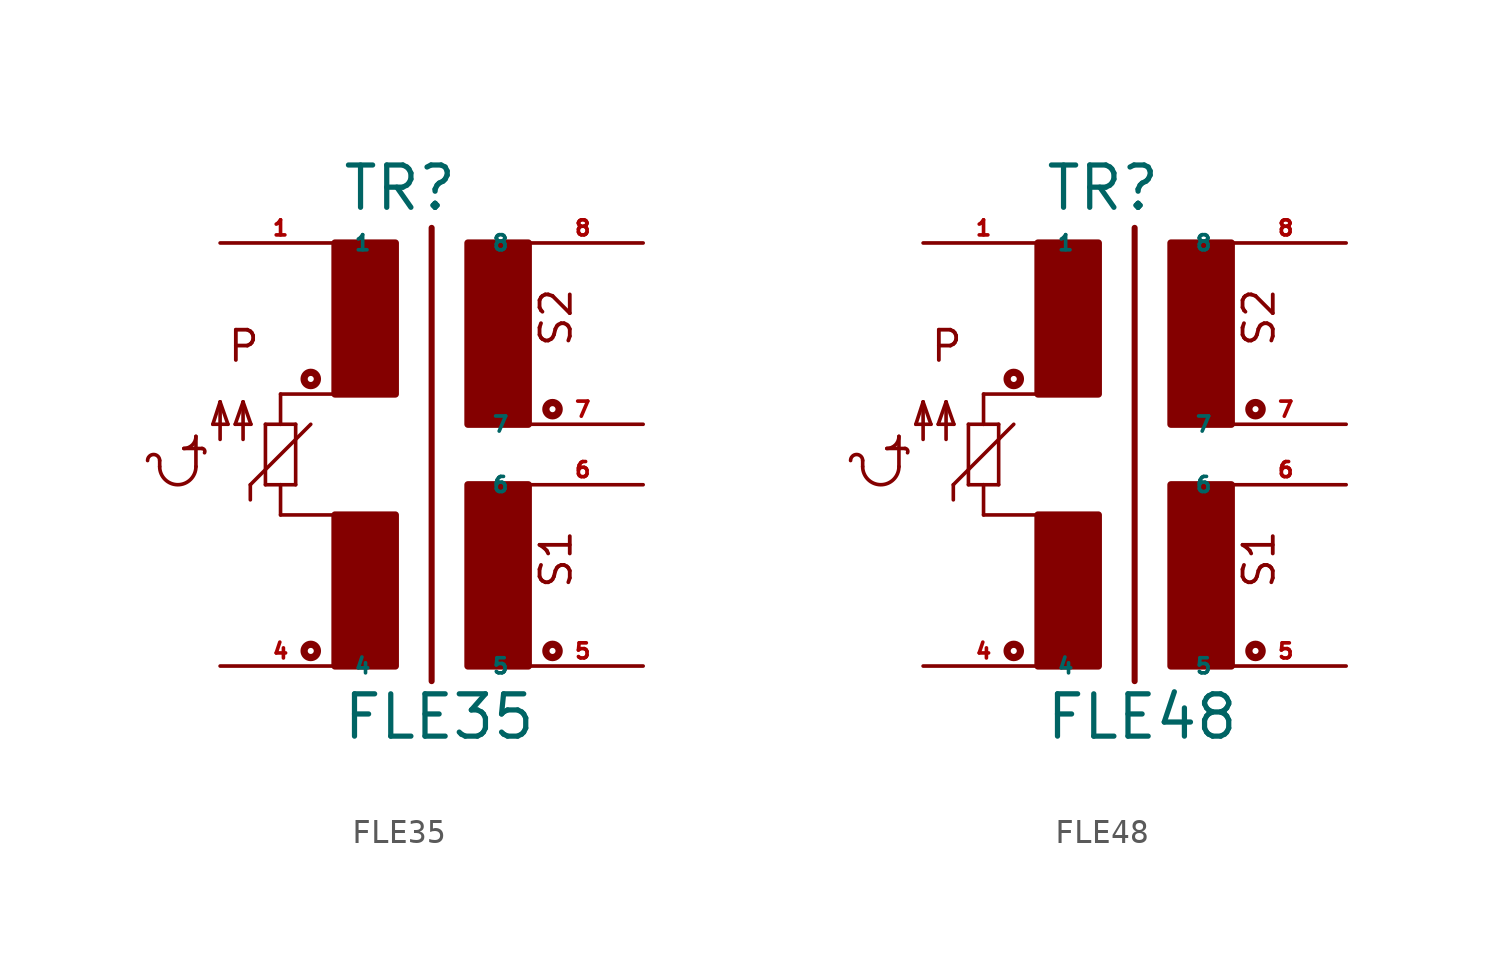
<source format=kicad_sym>
(kicad_symbol_lib
  (version 20220914)
  (generator Eagle2Kicad)
  (symbol "FLE35"
    (property "Reference" "TR"
      (at -2.54 8.89 0)
      (effects (font (size 1.778 1.778) (thickness 0.22)) (justify left bottom)))
    (property "Value" "FLE35"
      (at -2.54 -13.335 0)
      (effects (font (size 1.778 1.778) (thickness 0.22)) (justify left bottom)))
    (polyline
      (pts (xy 1.27 8.255) (xy 1.27 -10.795))
      (stroke (width 0.254) (type default))
      (fill (type none)))
    (polyline
      (pts (xy -2.54 1.27) (xy -5.08 1.27))
      (stroke (width 0.152) (type default))
      (fill (type none)))
    (polyline
      (pts (xy -5.08 -3.81) (xy -2.54 -3.81))
      (stroke (width 0.152) (type default))
      (fill (type none)))
    (polyline
      (pts (xy -5.08 0) (xy -5.08 1.27))
      (stroke (width 0.152) (type default))
      (fill (type none)))
    (polyline
      (pts (xy -5.715 -2.54) (xy -5.08 -2.54))
      (stroke (width 0.152) (type default))
      (fill (type none)))
    (polyline
      (pts (xy -4.445 -2.54) (xy -4.445 0))
      (stroke (width 0.152) (type default))
      (fill (type none)))
    (polyline
      (pts (xy -4.445 0) (xy -5.08 0))
      (stroke (width 0.152) (type default))
      (fill (type none)))
    (polyline
      (pts (xy -5.08 0) (xy -5.715 0))
      (stroke (width 0.152) (type default))
      (fill (type none)))
    (polyline
      (pts (xy -5.715 0) (xy -5.715 -2.54))
      (stroke (width 0.152) (type default))
      (fill (type none)))
    (polyline
      (pts (xy -6.35 -3.175) (xy -6.35 -2.54))
      (stroke (width 0.152) (type default))
      (fill (type none)))
    (polyline
      (pts (xy -6.35 -2.54) (xy -3.81 0))
      (stroke (width 0.152) (type default))
      (fill (type none)))
    (polyline
      (pts (xy -7.62 -0.635) (xy -7.62 0.94))
      (stroke (width 0.152) (type default))
      (fill (type none)))
    (polyline
      (pts (xy -6.655 -0.635) (xy -6.655 0.94))
      (stroke (width 0.152) (type default))
      (fill (type none)))
    (polyline
      (pts (xy -7.62 0.94) (xy -7.925 0))
      (stroke (width 0.152) (type default))
      (fill (type none)))
    (polyline
      (pts (xy -7.925 0) (xy -7.29 0))
      (stroke (width 0.152) (type default))
      (fill (type none)))
    (polyline
      (pts (xy -6.655 0.94) (xy -6.985 0))
      (stroke (width 0.152) (type default))
      (fill (type none)))
    (polyline
      (pts (xy -6.985 0) (xy -6.325 0))
      (stroke (width 0.152) (type default))
      (fill (type none)))
    (polyline
      (pts (xy -6.325 0) (xy -6.655 0.94))
      (stroke (width 0.152) (type default))
      (fill (type none)))
    (polyline
      (pts (xy -7.29 0) (xy -7.62 0.94))
      (stroke (width 0.152) (type default))
      (fill (type none)))
    (arc
      (start -10.16 -1.778)
      (mid -9.398 -2.540)
      (end -8.636 -1.778)
      (stroke (width 0.1524) (type default))
      (fill (type none)))
    (arc
      (start -10.16 -1.524)
      (mid -10.414 -1.270)
      (end -10.668 -1.524)
      (stroke (width 0.1524) (type default))
      (fill (type none)))
    (polyline
      (pts (xy -10.16 -1.778) (xy -10.16 -1.524))
      (stroke (width 0.152) (type default))
      (fill (type none)))
    (polyline
      (pts (xy -8.636 -1.778) (xy -8.636 -0.508))
      (stroke (width 0.152) (type default))
      (fill (type none)))
    (arc
      (start -9.144 -1.016)
      (mid -8.785 -0.867)
      (end -8.636 -0.508)
      (stroke (width 0.1524) (type default))
      (fill (type none)))
    (arc
      (start -8.2684 -1.1998)
      (mid -8.274 -1.076)
      (end -8.382 -1.016)
      (stroke (width 0.1524) (type default))
      (fill (type none)))
    (polyline
      (pts (xy -9.144 -1.016) (xy -8.382 -1.016))
      (stroke (width 0.152) (type default))
      (fill (type none)))
    (polyline
      (pts (xy -5.08 -3.81) (xy -5.08 -2.54))
      (stroke (width 0.152) (type default))
      (fill (type none)))
    (polyline
      (pts (xy -5.08 -2.54) (xy -4.445 -2.54))
      (stroke (width 0.152) (type default))
      (fill (type none)))
    (text "S2"
      (at 7.239 3.175 900)
      (effects (font (size 1.27 1.27) (thickness 0.16)) (justify left bottom)))
    (text "S1"
      (at 7.239 -6.985 900)
      (effects (font (size 1.27 1.27) (thickness 0.16)) (justify left bottom)))
    (text "P"
      (at -7.366 2.54 0)
      (effects (font (size 1.27 1.27) (thickness 0.16)) (justify left bottom)))
    (circle
      (center -3.81 1.905)
      (radius 0.127)
      (stroke (width 0.305) (type default))
      (fill (type none)))
    (circle
      (center -3.81 -9.525)
      (radius 0.127)
      (stroke (width 0.305) (type default))
      (fill (type none)))
    (circle
      (center 6.35 0.635)
      (radius 0.127)
      (stroke (width 0.305) (type default))
      (fill (type none)))
    (circle
      (center 6.35 -9.525)
      (radius 0.127)
      (stroke (width 0.305) (type default))
      (fill (type none)))
    (rectangle
      (start -2.794 1.27)
      (end -0.254 7.62)
      (stroke (width 0.3) (type default))
      (fill (type outline)))
    (rectangle
      (start -2.794 -10.16)
      (end -0.254 -3.81)
      (stroke (width 0.3) (type default))
      (fill (type outline)))
    (rectangle
      (start 2.794 -10.16)
      (end 5.334 -2.54)
      (stroke (width 0.3) (type default))
      (fill (type outline)))
    (rectangle
      (start 2.794 0)
      (end 5.334 7.62)
      (stroke (width 0.3) (type default))
      (fill (type outline)))
    (pin passive line
      (at -7.62 7.62 0)
      (length 5.08)
      (name "1" (effects (font (size 0.635 0.635) (thickness 0.08)) (justify left bottom)))
      (number "1" (effects (font (size 0.635 0.635) (thickness 0.08)) (justify left bottom))))
    (pin passive line
      (at 10.16 -10.16 180)
      (length 5.08)
      (name "5" (effects (font (size 0.635 0.635) (thickness 0.08)) (justify left bottom)))
      (number "5" (effects (font (size 0.635 0.635) (thickness 0.08)) (justify left bottom))))
    (pin passive line
      (at 10.16 -2.54 180)
      (length 5.08)
      (name "6" (effects (font (size 0.635 0.635) (thickness 0.08)) (justify left bottom)))
      (number "6" (effects (font (size 0.635 0.635) (thickness 0.08)) (justify left bottom))))
    (pin passive line
      (at 10.16 0 180)
      (length 5.08)
      (name "7" (effects (font (size 0.635 0.635) (thickness 0.08)) (justify left bottom)))
      (number "7" (effects (font (size 0.635 0.635) (thickness 0.08)) (justify left bottom))))
    (pin passive line
      (at 10.16 7.62 180)
      (length 5.08)
      (name "8" (effects (font (size 0.635 0.635) (thickness 0.08)) (justify left bottom)))
      (number "8" (effects (font (size 0.635 0.635) (thickness 0.08)) (justify left bottom))))
    (pin passive line
      (at -7.62 -10.16 0)
      (length 5.08)
      (name "4" (effects (font (size 0.635 0.635) (thickness 0.08)) (justify left bottom)))
      (number "4" (effects (font (size 0.635 0.635) (thickness 0.08)) (justify left bottom)))))
  (symbol "FLE48"
    (property "Reference" "TR"
      (at -2.54 8.89 0)
      (effects (font (size 1.778 1.778) (thickness 0.22)) (justify left bottom)))
    (property "Value" "FLE48"
      (at -2.54 -13.335 0)
      (effects (font (size 1.778 1.778) (thickness 0.22)) (justify left bottom)))
    (polyline
      (pts (xy 1.27 8.255) (xy 1.27 -10.795))
      (stroke (width 0.254) (type default))
      (fill (type none)))
    (polyline
      (pts (xy -2.54 1.27) (xy -5.08 1.27))
      (stroke (width 0.152) (type default))
      (fill (type none)))
    (polyline
      (pts (xy -5.08 -3.81) (xy -2.54 -3.81))
      (stroke (width 0.152) (type default))
      (fill (type none)))
    (polyline
      (pts (xy -5.08 0) (xy -5.08 1.27))
      (stroke (width 0.152) (type default))
      (fill (type none)))
    (polyline
      (pts (xy -5.715 -2.54) (xy -5.08 -2.54))
      (stroke (width 0.152) (type default))
      (fill (type none)))
    (polyline
      (pts (xy -4.445 -2.54) (xy -4.445 0))
      (stroke (width 0.152) (type default))
      (fill (type none)))
    (polyline
      (pts (xy -4.445 0) (xy -5.08 0))
      (stroke (width 0.152) (type default))
      (fill (type none)))
    (polyline
      (pts (xy -5.08 0) (xy -5.715 0))
      (stroke (width 0.152) (type default))
      (fill (type none)))
    (polyline
      (pts (xy -5.715 0) (xy -5.715 -2.54))
      (stroke (width 0.152) (type default))
      (fill (type none)))
    (polyline
      (pts (xy -6.35 -3.175) (xy -6.35 -2.54))
      (stroke (width 0.152) (type default))
      (fill (type none)))
    (polyline
      (pts (xy -6.35 -2.54) (xy -3.81 0))
      (stroke (width 0.152) (type default))
      (fill (type none)))
    (polyline
      (pts (xy -7.62 -0.635) (xy -7.62 0.94))
      (stroke (width 0.152) (type default))
      (fill (type none)))
    (polyline
      (pts (xy -6.655 -0.635) (xy -6.655 0.94))
      (stroke (width 0.152) (type default))
      (fill (type none)))
    (polyline
      (pts (xy -7.62 0.94) (xy -7.925 0))
      (stroke (width 0.152) (type default))
      (fill (type none)))
    (polyline
      (pts (xy -7.925 0) (xy -7.29 0))
      (stroke (width 0.152) (type default))
      (fill (type none)))
    (polyline
      (pts (xy -6.655 0.94) (xy -6.985 0))
      (stroke (width 0.152) (type default))
      (fill (type none)))
    (polyline
      (pts (xy -6.985 0) (xy -6.325 0))
      (stroke (width 0.152) (type default))
      (fill (type none)))
    (polyline
      (pts (xy -6.325 0) (xy -6.655 0.94))
      (stroke (width 0.152) (type default))
      (fill (type none)))
    (polyline
      (pts (xy -7.29 0) (xy -7.62 0.94))
      (stroke (width 0.152) (type default))
      (fill (type none)))
    (arc
      (start -10.16 -1.778)
      (mid -9.398 -2.540)
      (end -8.636 -1.778)
      (stroke (width 0.1524) (type default))
      (fill (type none)))
    (arc
      (start -10.16 -1.524)
      (mid -10.414 -1.270)
      (end -10.668 -1.524)
      (stroke (width 0.1524) (type default))
      (fill (type none)))
    (polyline
      (pts (xy -10.16 -1.778) (xy -10.16 -1.524))
      (stroke (width 0.152) (type default))
      (fill (type none)))
    (polyline
      (pts (xy -8.636 -1.778) (xy -8.636 -0.508))
      (stroke (width 0.152) (type default))
      (fill (type none)))
    (arc
      (start -9.144 -1.016)
      (mid -8.785 -0.867)
      (end -8.636 -0.508)
      (stroke (width 0.1524) (type default))
      (fill (type none)))
    (arc
      (start -8.2684 -1.1998)
      (mid -8.274 -1.076)
      (end -8.382 -1.016)
      (stroke (width 0.1524) (type default))
      (fill (type none)))
    (polyline
      (pts (xy -9.144 -1.016) (xy -8.382 -1.016))
      (stroke (width 0.152) (type default))
      (fill (type none)))
    (polyline
      (pts (xy -5.08 -3.81) (xy -5.08 -2.54))
      (stroke (width 0.152) (type default))
      (fill (type none)))
    (polyline
      (pts (xy -5.08 -2.54) (xy -4.445 -2.54))
      (stroke (width 0.152) (type default))
      (fill (type none)))
    (text "S2"
      (at 7.239 3.175 900)
      (effects (font (size 1.27 1.27) (thickness 0.16)) (justify left bottom)))
    (text "S1"
      (at 7.239 -6.985 900)
      (effects (font (size 1.27 1.27) (thickness 0.16)) (justify left bottom)))
    (text "P"
      (at -7.366 2.54 0)
      (effects (font (size 1.27 1.27) (thickness 0.16)) (justify left bottom)))
    (circle
      (center -3.81 1.905)
      (radius 0.127)
      (stroke (width 0.305) (type default))
      (fill (type none)))
    (circle
      (center -3.81 -9.525)
      (radius 0.127)
      (stroke (width 0.305) (type default))
      (fill (type none)))
    (circle
      (center 6.35 0.635)
      (radius 0.127)
      (stroke (width 0.305) (type default))
      (fill (type none)))
    (circle
      (center 6.35 -9.525)
      (radius 0.127)
      (stroke (width 0.305) (type default))
      (fill (type none)))
    (rectangle
      (start -2.794 1.27)
      (end -0.254 7.62)
      (stroke (width 0.3) (type default))
      (fill (type outline)))
    (rectangle
      (start -2.794 -10.16)
      (end -0.254 -3.81)
      (stroke (width 0.3) (type default))
      (fill (type outline)))
    (rectangle
      (start 2.794 -10.16)
      (end 5.334 -2.54)
      (stroke (width 0.3) (type default))
      (fill (type outline)))
    (rectangle
      (start 2.794 0)
      (end 5.334 7.62)
      (stroke (width 0.3) (type default))
      (fill (type outline)))
    (pin passive line
      (at -7.62 7.62 0)
      (length 5.08)
      (name "1" (effects (font (size 0.635 0.635) (thickness 0.08)) (justify left bottom)))
      (number "1" (effects (font (size 0.635 0.635) (thickness 0.08)) (justify left bottom))))
    (pin passive line
      (at 10.16 -10.16 180)
      (length 5.08)
      (name "5" (effects (font (size 0.635 0.635) (thickness 0.08)) (justify left bottom)))
      (number "5" (effects (font (size 0.635 0.635) (thickness 0.08)) (justify left bottom))))
    (pin passive line
      (at 10.16 -2.54 180)
      (length 5.08)
      (name "6" (effects (font (size 0.635 0.635) (thickness 0.08)) (justify left bottom)))
      (number "6" (effects (font (size 0.635 0.635) (thickness 0.08)) (justify left bottom))))
    (pin passive line
      (at 10.16 0 180)
      (length 5.08)
      (name "7" (effects (font (size 0.635 0.635) (thickness 0.08)) (justify left bottom)))
      (number "7" (effects (font (size 0.635 0.635) (thickness 0.08)) (justify left bottom))))
    (pin passive line
      (at 10.16 7.62 180)
      (length 5.08)
      (name "8" (effects (font (size 0.635 0.635) (thickness 0.08)) (justify left bottom)))
      (number "8" (effects (font (size 0.635 0.635) (thickness 0.08)) (justify left bottom))))
    (pin passive line
      (at -7.62 -10.16 0)
      (length 5.08)
      (name "4" (effects (font (size 0.635 0.635) (thickness 0.08)) (justify left bottom)))
      (number "4" (effects (font (size 0.635 0.635) (thickness 0.08)) (justify left bottom))))))
</source>
